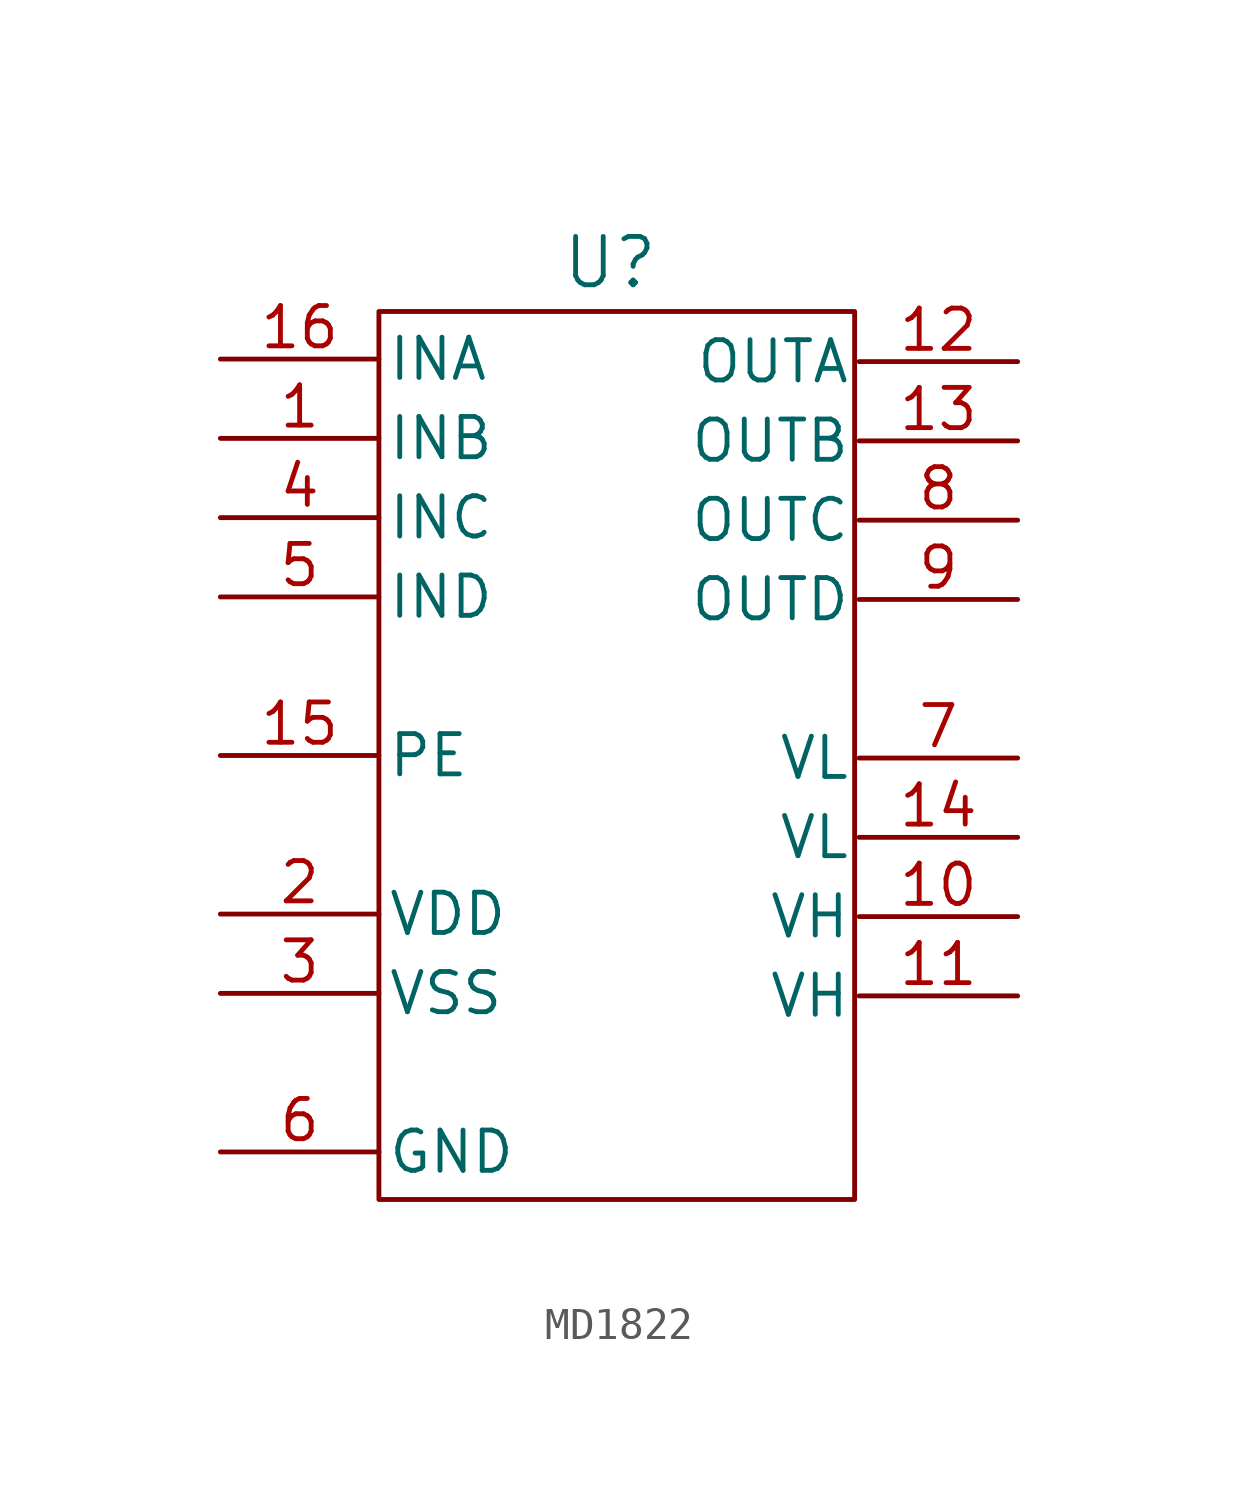
<source format=kicad_sym>
(kicad_symbol_lib
  (version 20231120)
  (generator "kicad_symbol_editor")
  (generator_version "8.0")
  (symbol "MD1822"
    (pin_names
      (offset 0.254))
    (property "Reference" "U"
      (at 12.29 3.04 0)
      (effects (font (size 1.524 1.524))))
    (symbol "MD1822_0_1"
      (rectangle (start 5 1.5) (end 20 -26.5) (stroke (width 0) (type default)) (fill (type none)))
      (pin input line (at 0 -2.5 0) (length 5) (name "INB" (effects (font (size 1.27 1.27)))) (number "1" (effects (font (size 1.27 1.27)))))
      (pin power_in line (at 25.14 -17.58 180) (length 5) (name "VH" (effects (font (size 1.27 1.27)))) (number "10" (effects (font (size 1.27 1.27)))))
      (pin power_in line (at 25.14 -20.08 180) (length 5) (name "VH" (effects (font (size 1.27 1.27)))) (number "11" (effects (font (size 1.27 1.27)))))
      (pin output line (at 25.14 -0.08 180) (length 5) (name "OUTA" (effects (font (size 1.27 1.27)))) (number "12" (effects (font (size 1.27 1.27)))))
      (pin output line (at 25.14 -2.58 180) (length 5) (name "OUTB" (effects (font (size 1.27 1.27)))) (number "13" (effects (font (size 1.27 1.27)))))
      (pin power_in line (at 25.14 -15.08 180) (length 5) (name "VL" (effects (font (size 1.27 1.27)))) (number "14" (effects (font (size 1.27 1.27)))))
      (pin input line (at 0 -12.5 0) (length 5) (name "PE" (effects (font (size 1.27 1.27)))) (number "15" (effects (font (size 1.27 1.27)))))
      (pin input line (at 0 0 0) (length 5) (name "INA" (effects (font (size 1.27 1.27)))) (number "16" (effects (font (size 1.27 1.27)))))
      (pin unspecified line (at 25.14 -23 180) (length 5) hide (name "TERMP" (effects (font (size 1.27 1.27)))) (number "17" (effects (font (size 1.27 1.27)))))
      (pin power_in line (at 0 -17.5 0) (length 5) (name "VDD" (effects (font (size 1.27 1.27)))) (number "2" (effects (font (size 1.27 1.27)))))
      (pin power_in line (at 0 -20 0) (length 5) (name "VSS" (effects (font (size 1.27 1.27)))) (number "3" (effects (font (size 1.27 1.27)))))
      (pin input line (at 0 -5 0) (length 5) (name "INC" (effects (font (size 1.27 1.27)))) (number "4" (effects (font (size 1.27 1.27)))))
      (pin input line (at 0 -7.5 0) (length 5) (name "IND" (effects (font (size 1.27 1.27)))) (number "5" (effects (font (size 1.27 1.27)))))
      (pin power_out line (at 0 -25 0) (length 5) (name "GND" (effects (font (size 1.27 1.27)))) (number "6" (effects (font (size 1.27 1.27)))))
      (pin power_in line (at 25.14 -12.58 180) (length 5) (name "VL" (effects (font (size 1.27 1.27)))) (number "7" (effects (font (size 1.27 1.27)))))
      (pin output line (at 25.14 -5.08 180) (length 5) (name "OUTC" (effects (font (size 1.27 1.27)))) (number "8" (effects (font (size 1.27 1.27)))))
      (pin output line (at 25.14 -7.58 180) (length 5) (name "OUTD" (effects (font (size 1.27 1.27)))) (number "9" (effects (font (size 1.27 1.27))))))))
</source>
